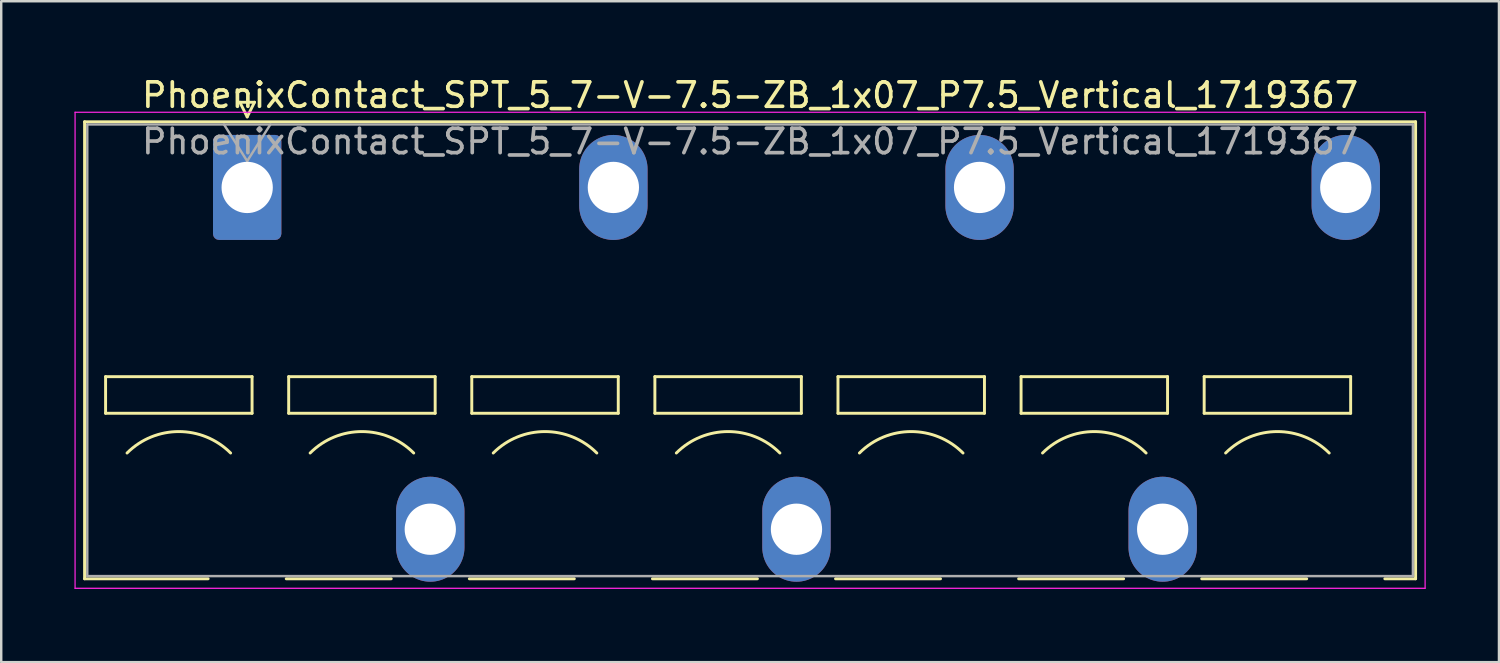
<source format=kicad_pcb>
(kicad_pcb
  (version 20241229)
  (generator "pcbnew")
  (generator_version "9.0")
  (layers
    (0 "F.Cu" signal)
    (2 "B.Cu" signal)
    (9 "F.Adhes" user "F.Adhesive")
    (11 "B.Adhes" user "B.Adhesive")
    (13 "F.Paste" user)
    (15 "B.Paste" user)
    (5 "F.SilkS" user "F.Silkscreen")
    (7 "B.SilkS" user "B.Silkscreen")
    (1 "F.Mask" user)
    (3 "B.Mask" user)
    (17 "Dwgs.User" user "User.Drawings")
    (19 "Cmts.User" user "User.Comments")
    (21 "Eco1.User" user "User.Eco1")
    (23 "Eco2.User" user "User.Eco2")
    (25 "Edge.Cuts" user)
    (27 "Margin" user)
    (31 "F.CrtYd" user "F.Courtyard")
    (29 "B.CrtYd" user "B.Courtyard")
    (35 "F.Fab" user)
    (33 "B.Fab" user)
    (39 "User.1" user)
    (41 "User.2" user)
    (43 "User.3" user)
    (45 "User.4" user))
  (footprint "PhoenixContact_SPT_5_7-V-7.5-ZB_1x07_P7.5_Vertical_1719367"
    (layer "F.Cu")
    (at 7.075 4.628)
    (property "Reference" "PhoenixContact_SPT_5_7-V-7.5-ZB_1x07_P7.5_Vertical_1719367" (at 20.6 -3.78 0) (layer "F.SilkS") (effects (font (size 1 1) (thickness 0.15))))
    (attr through_hole)
    (fp_line (start -6.66 -2.69) (end 47.86 -2.69) (stroke (width 0.12) (type solid)) (layer "F.SilkS"))
    (fp_line (start -6.66 16.03) (end -6.66 -2.69) (stroke (width 0.12) (type solid)) (layer "F.SilkS"))
    (fp_line (start -6.66 16.03) (end -1.6 16.03) (stroke (width 0.12) (type solid)) (layer "F.SilkS"))
    (fp_line (start -5.8 7.75) (end -5.8 9.25) (stroke (width 0.12) (type solid)) (layer "F.SilkS"))
    (fp_line (start -5.8 9.25) (end 0.2 9.25) (stroke (width 0.12) (type solid)) (layer "F.SilkS"))
    (fp_line (start -0.3 -3.49) (end 0 -2.89) (stroke (width 0.12) (type solid)) (layer "F.SilkS"))
    (fp_line (start -0.3 -3.49) (end 0.3 -3.49) (stroke (width 0.12) (type solid)) (layer "F.SilkS"))
    (fp_line (start 0.2 7.75) (end -5.8 7.75) (stroke (width 0.12) (type solid)) (layer "F.SilkS"))
    (fp_line (start 0.2 9.25) (end 0.2 7.75) (stroke (width 0.12) (type solid)) (layer "F.SilkS"))
    (fp_line (start 0.3 -3.49) (end 0 -2.89) (stroke (width 0.12) (type solid)) (layer "F.SilkS"))
    (fp_line (start 1.6 16.03) (end 5.9 16.03) (stroke (width 0.12) (type solid)) (layer "F.SilkS"))
    (fp_line (start 1.7 7.75) (end 1.7 9.25) (stroke (width 0.12) (type solid)) (layer "F.SilkS"))
    (fp_line (start 1.7 9.25) (end 7.7 9.25) (stroke (width 0.12) (type solid)) (layer "F.SilkS"))
    (fp_line (start 7.7 7.75) (end 1.7 7.75) (stroke (width 0.12) (type solid)) (layer "F.SilkS"))
    (fp_line (start 7.7 9.25) (end 7.7 7.75) (stroke (width 0.12) (type solid)) (layer "F.SilkS"))
    (fp_line (start 9.1 16.03) (end 13.4 16.03) (stroke (width 0.12) (type solid)) (layer "F.SilkS"))
    (fp_line (start 9.2 7.75) (end 9.2 9.25) (stroke (width 0.12) (type solid)) (layer "F.SilkS"))
    (fp_line (start 9.2 9.25) (end 15.2 9.25) (stroke (width 0.12) (type solid)) (layer "F.SilkS"))
    (fp_line (start 15.2 7.75) (end 9.2 7.75) (stroke (width 0.12) (type solid)) (layer "F.SilkS"))
    (fp_line (start 15.2 9.25) (end 15.2 7.75) (stroke (width 0.12) (type solid)) (layer "F.SilkS"))
    (fp_line (start 16.6 16.03) (end 20.9 16.03) (stroke (width 0.12) (type solid)) (layer "F.SilkS"))
    (fp_line (start 16.7 7.75) (end 16.7 9.25) (stroke (width 0.12) (type solid)) (layer "F.SilkS"))
    (fp_line (start 16.7 9.25) (end 22.7 9.25) (stroke (width 0.12) (type solid)) (layer "F.SilkS"))
    (fp_line (start 22.7 7.75) (end 16.7 7.75) (stroke (width 0.12) (type solid)) (layer "F.SilkS"))
    (fp_line (start 22.7 9.25) (end 22.7 7.75) (stroke (width 0.12) (type solid)) (layer "F.SilkS"))
    (fp_line (start 24.1 16.03) (end 28.4 16.03) (stroke (width 0.12) (type solid)) (layer "F.SilkS"))
    (fp_line (start 24.2 7.75) (end 24.2 9.25) (stroke (width 0.12) (type solid)) (layer "F.SilkS"))
    (fp_line (start 24.2 9.25) (end 30.2 9.25) (stroke (width 0.12) (type solid)) (layer "F.SilkS"))
    (fp_line (start 30.2 7.75) (end 24.2 7.75) (stroke (width 0.12) (type solid)) (layer "F.SilkS"))
    (fp_line (start 30.2 9.25) (end 30.2 7.75) (stroke (width 0.12) (type solid)) (layer "F.SilkS"))
    (fp_line (start 31.6 16.03) (end 35.9 16.03) (stroke (width 0.12) (type solid)) (layer "F.SilkS"))
    (fp_line (start 31.7 7.75) (end 31.7 9.25) (stroke (width 0.12) (type solid)) (layer "F.SilkS"))
    (fp_line (start 31.7 9.25) (end 37.7 9.25) (stroke (width 0.12) (type solid)) (layer "F.SilkS"))
    (fp_line (start 37.7 7.75) (end 31.7 7.75) (stroke (width 0.12) (type solid)) (layer "F.SilkS"))
    (fp_line (start 37.7 9.25) (end 37.7 7.75) (stroke (width 0.12) (type solid)) (layer "F.SilkS"))
    (fp_line (start 39.1 16.03) (end 43.4 16.03) (stroke (width 0.12) (type solid)) (layer "F.SilkS"))
    (fp_line (start 39.2 7.75) (end 39.2 9.25) (stroke (width 0.12) (type solid)) (layer "F.SilkS"))
    (fp_line (start 39.2 9.25) (end 45.2 9.25) (stroke (width 0.12) (type solid)) (layer "F.SilkS"))
    (fp_line (start 45.2 7.75) (end 39.2 7.75) (stroke (width 0.12) (type solid)) (layer "F.SilkS"))
    (fp_line (start 45.2 9.25) (end 45.2 7.75) (stroke (width 0.12) (type solid)) (layer "F.SilkS"))
    (fp_line (start 46.6 16.03) (end 47.86 16.03) (stroke (width 0.12) (type solid)) (layer "F.SilkS"))
    (fp_line (start 47.86 -2.69) (end 47.86 16.03) (stroke (width 0.12) (type solid)) (layer "F.SilkS"))
    (fp_arc (start -4.92132 10.87868) (mid -2.8 10) (end -0.67868 10.87868) (stroke (width 0.12) (type solid)) (layer "F.SilkS"))
    (fp_arc (start 2.57868 10.87868) (mid 4.7 10) (end 6.82132 10.87868) (stroke (width 0.12) (type solid)) (layer "F.SilkS"))
    (fp_arc (start 10.07868 10.87868) (mid 12.2 10) (end 14.32132 10.87868) (stroke (width 0.12) (type solid)) (layer "F.SilkS"))
    (fp_arc (start 17.57868 10.87868) (mid 19.7 10) (end 21.82132 10.87868) (stroke (width 0.12) (type solid)) (layer "F.SilkS"))
    (fp_arc (start 25.07868 10.87868) (mid 27.2 10) (end 29.32132 10.87868) (stroke (width 0.12) (type solid)) (layer "F.SilkS"))
    (fp_arc (start 32.57868 10.87868) (mid 34.7 10) (end 36.82132 10.87868) (stroke (width 0.12) (type solid)) (layer "F.SilkS"))
    (fp_arc (start 40.07868 10.87868) (mid 42.2 10) (end 44.32132 10.87868) (stroke (width 0.12) (type solid)) (layer "F.SilkS"))
    (fp_line (start -7.05 -3.08) (end -7.05 16.42) (stroke (width 0.05) (type solid)) (layer "F.CrtYd"))
    (fp_line (start -7.05 16.42) (end 48.25 16.42) (stroke (width 0.05) (type solid)) (layer "F.CrtYd"))
    (fp_line (start 48.25 -3.08) (end -7.05 -3.08) (stroke (width 0.05) (type solid)) (layer "F.CrtYd"))
    (fp_line (start 48.25 16.42) (end 48.25 -3.08) (stroke (width 0.05) (type solid)) (layer "F.CrtYd"))
    (fp_line (start -6.55 -2.58) (end -6.55 15.92) (stroke (width 0.1) (type solid)) (layer "F.Fab"))
    (fp_line (start -6.55 15.92) (end 47.75 15.92) (stroke (width 0.1) (type solid)) (layer "F.Fab"))
    (fp_line (start -0.95 -2.58) (end 0 -1.08) (stroke (width 0.1) (type solid)) (layer "F.Fab"))
    (fp_line (start 0.95 -2.58) (end 0 -1.08) (stroke (width 0.1) (type solid)) (layer "F.Fab"))
    (fp_line (start 47.75 -2.58) (end -6.55 -2.58) (stroke (width 0.1) (type solid)) (layer "F.Fab"))
    (fp_line (start 47.75 15.92) (end 47.75 -2.58) (stroke (width 0.1) (type solid)) (layer "F.Fab"))
    (fp_text user "${REFERENCE}" (at 20.6 -1.88 0) (layer "F.Fab") (effects (font (size 1 1) (thickness 0.15))))
    (pad "1" thru_hole roundrect (at 0 0) (size 2.8 4.3) (drill 2.1) (layers "*.Cu" "*.Mask") (roundrect_rratio 0.089))
    (pad "2" thru_hole oval (at 7.5 14) (size 2.8 4.3) (drill 2.1) (layers "*.Cu" "*.Mask"))
    (pad "3" thru_hole oval (at 15 0) (size 2.8 4.3) (drill 2.1) (layers "*.Cu" "*.Mask"))
    (pad "4" thru_hole oval (at 22.5 14) (size 2.8 4.3) (drill 2.1) (layers "*.Cu" "*.Mask"))
    (pad "5" thru_hole oval (at 30 0) (size 2.8 4.3) (drill 2.1) (layers "*.Cu" "*.Mask"))
    (pad "6" thru_hole oval (at 37.5 14) (size 2.8 4.3) (drill 2.1) (layers "*.Cu" "*.Mask"))
    (pad "7" thru_hole oval (at 45 0) (size 2.8 4.3) (drill 2.1) (layers "*.Cu" "*.Mask")))
  (gr_rect
    (start -3 -3)
    (end 58.35 24.073)
    (stroke (width 0.1) (type default))
    (fill no)
    (layer "Edge.Cuts")))
</source>
